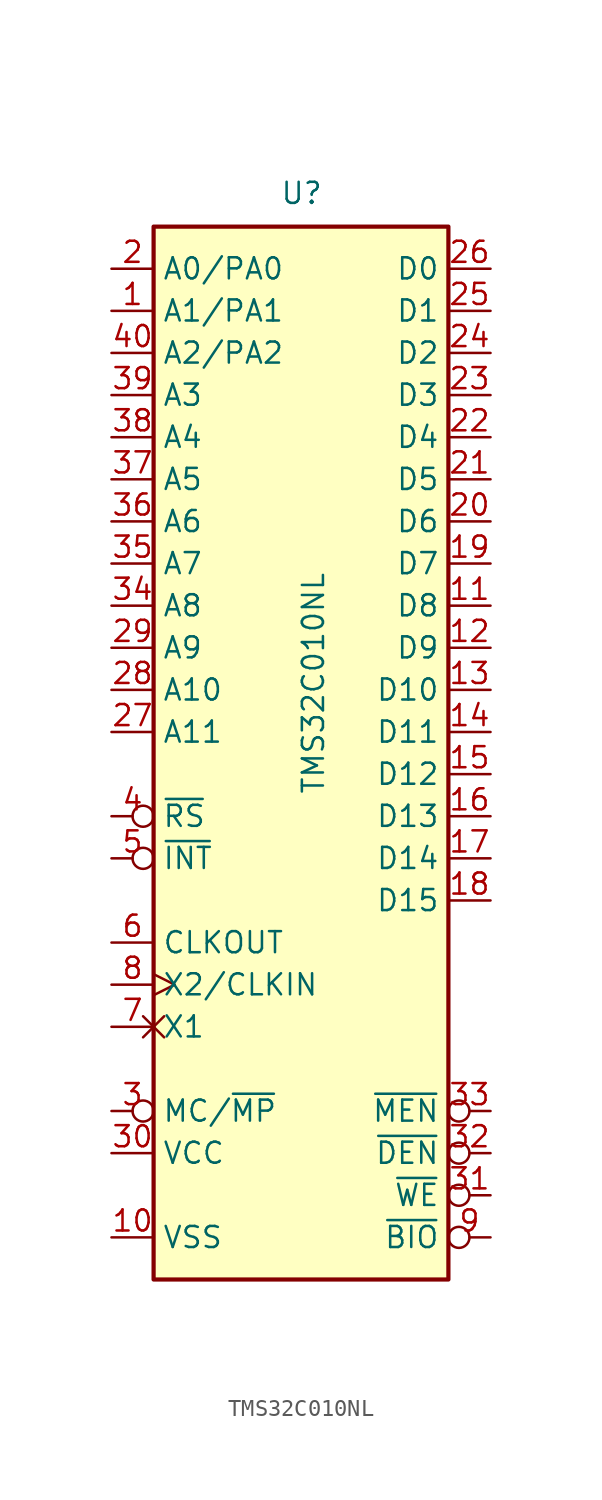
<source format=kicad_sym>
(kicad_symbol_lib
  (version 20220914)
  (generator kicad_symbol_editor)
  (symbol "TMS32C010NL"
    (property "Reference" "U"
      (at -1.27 31.75 0)
      (effects (font (size 1.27 1.27)) (justify left bottom)))
    (property "Value" "TMS32C010NL"
      (at 0 -3.81 90)
      (effects (font (size 1.27 1.27)) (justify left top)))
    (symbol "TMS32C010NL_0_1"
      (rectangle (start -8.89 -33.02) (end 8.89 30.48) (stroke (width 0.254) (type default)) (fill (type background))))
    (symbol "TMS32C010NL_1_0"
      (pin bidirectional line (at 11.43 10.16 180) (length 2.54) (name "D7" (effects (font (size 1.27 1.27)))) (number "19" (effects (font (size 1.27 1.27))))))
    (symbol "TMS32C010NL_1_1"
      (pin output line (at -11.43 25.4 0) (length 2.54) (name "A1/PA1" (effects (font (size 1.27 1.27)))) (number "1" (effects (font (size 1.27 1.27)))))
      (pin power_in line (at -11.43 -30.48 0) (length 2.54) (name "VSS" (effects (font (size 1.27 1.27)))) (number "10" (effects (font (size 1.27 1.27)))))
      (pin bidirectional line (at 11.43 7.62 180) (length 2.54) (name "D8" (effects (font (size 1.27 1.27)))) (number "11" (effects (font (size 1.27 1.27)))))
      (pin bidirectional line (at 11.43 5.08 180) (length 2.54) (name "D9" (effects (font (size 1.27 1.27)))) (number "12" (effects (font (size 1.27 1.27)))))
      (pin bidirectional line (at 11.43 2.54 180) (length 2.54) (name "D10" (effects (font (size 1.27 1.27)))) (number "13" (effects (font (size 1.27 1.27)))))
      (pin bidirectional line (at 11.43 0 180) (length 2.54) (name "D11" (effects (font (size 1.27 1.27)))) (number "14" (effects (font (size 1.27 1.27)))))
      (pin bidirectional line (at 11.43 -2.54 180) (length 2.54) (name "D12" (effects (font (size 1.27 1.27)))) (number "15" (effects (font (size 1.27 1.27)))))
      (pin bidirectional line (at 11.43 -5.08 180) (length 2.54) (name "D13" (effects (font (size 1.27 1.27)))) (number "16" (effects (font (size 1.27 1.27)))))
      (pin bidirectional line (at 11.43 -7.62 180) (length 2.54) (name "D14" (effects (font (size 1.27 1.27)))) (number "17" (effects (font (size 1.27 1.27)))))
      (pin bidirectional line (at 11.43 -10.16 180) (length 2.54) (name "D15" (effects (font (size 1.27 1.27)))) (number "18" (effects (font (size 1.27 1.27)))))
      (pin output line (at -11.43 27.94 0) (length 2.54) (name "A0/PA0" (effects (font (size 1.27 1.27)))) (number "2" (effects (font (size 1.27 1.27)))))
      (pin bidirectional line (at 11.43 12.7 180) (length 2.54) (name "D6" (effects (font (size 1.27 1.27)))) (number "20" (effects (font (size 1.27 1.27)))))
      (pin bidirectional line (at 11.43 15.24 180) (length 2.54) (name "D5" (effects (font (size 1.27 1.27)))) (number "21" (effects (font (size 1.27 1.27)))))
      (pin bidirectional line (at 11.43 17.78 180) (length 2.54) (name "D4" (effects (font (size 1.27 1.27)))) (number "22" (effects (font (size 1.27 1.27)))))
      (pin bidirectional line (at 11.43 20.32 180) (length 2.54) (name "D3" (effects (font (size 1.27 1.27)))) (number "23" (effects (font (size 1.27 1.27)))))
      (pin bidirectional line (at 11.43 22.86 180) (length 2.54) (name "D2" (effects (font (size 1.27 1.27)))) (number "24" (effects (font (size 1.27 1.27)))))
      (pin bidirectional line (at 11.43 25.4 180) (length 2.54) (name "D1" (effects (font (size 1.27 1.27)))) (number "25" (effects (font (size 1.27 1.27)))))
      (pin bidirectional line (at 11.43 27.94 180) (length 2.54) (name "D0" (effects (font (size 1.27 1.27)))) (number "26" (effects (font (size 1.27 1.27)))))
      (pin output line (at -11.43 0 0) (length 2.54) (name "A11" (effects (font (size 1.27 1.27)))) (number "27" (effects (font (size 1.27 1.27)))))
      (pin output line (at -11.43 2.54 0) (length 2.54) (name "A10" (effects (font (size 1.27 1.27)))) (number "28" (effects (font (size 1.27 1.27)))))
      (pin output line (at -11.43 5.08 0) (length 2.54) (name "A9" (effects (font (size 1.27 1.27)))) (number "29" (effects (font (size 1.27 1.27)))))
      (pin input inverted (at -11.43 -22.86 0) (length 2.54) (name "MC/~{MP}" (effects (font (size 1.27 1.27)))) (number "3" (effects (font (size 1.27 1.27)))))
      (pin power_in line (at -11.43 -25.4 0) (length 2.54) (name "VCC" (effects (font (size 1.27 1.27)))) (number "30" (effects (font (size 1.27 1.27)))))
      (pin bidirectional inverted (at 11.43 -27.94 180) (length 2.54) (name "~{WE}" (effects (font (size 1.27 1.27)))) (number "31" (effects (font (size 1.27 1.27)))))
      (pin output inverted (at 11.43 -25.4 180) (length 2.54) (name "~{DEN}" (effects (font (size 1.27 1.27)))) (number "32" (effects (font (size 1.27 1.27)))))
      (pin output inverted (at 11.43 -22.86 180) (length 2.54) (name "~{MEN}" (effects (font (size 1.27 1.27)))) (number "33" (effects (font (size 1.27 1.27)))))
      (pin output line (at -11.43 7.62 0) (length 2.54) (name "A8" (effects (font (size 1.27 1.27)))) (number "34" (effects (font (size 1.27 1.27)))))
      (pin output line (at -11.43 10.16 0) (length 2.54) (name "A7" (effects (font (size 1.27 1.27)))) (number "35" (effects (font (size 1.27 1.27)))))
      (pin output line (at -11.43 12.7 0) (length 2.54) (name "A6" (effects (font (size 1.27 1.27)))) (number "36" (effects (font (size 1.27 1.27)))))
      (pin output line (at -11.43 15.24 0) (length 2.54) (name "A5" (effects (font (size 1.27 1.27)))) (number "37" (effects (font (size 1.27 1.27)))))
      (pin output line (at -11.43 17.78 0) (length 2.54) (name "A4" (effects (font (size 1.27 1.27)))) (number "38" (effects (font (size 1.27 1.27)))))
      (pin output line (at -11.43 20.32 0) (length 2.54) (name "A3" (effects (font (size 1.27 1.27)))) (number "39" (effects (font (size 1.27 1.27)))))
      (pin input inverted (at -11.43 -5.08 0) (length 2.54) (name "~{RS}" (effects (font (size 1.27 1.27)))) (number "4" (effects (font (size 1.27 1.27)))))
      (pin output line (at -11.43 22.86 0) (length 2.54) (name "A2/PA2" (effects (font (size 1.27 1.27)))) (number "40" (effects (font (size 1.27 1.27)))))
      (pin input inverted (at -11.43 -7.62 0) (length 2.54) (name "~{INT}" (effects (font (size 1.27 1.27)))) (number "5" (effects (font (size 1.27 1.27)))))
      (pin output line (at -11.43 -12.7 0) (length 2.54) (name "CLKOUT" (effects (font (size 1.27 1.27)))) (number "6" (effects (font (size 1.27 1.27)))))
      (pin passive non_logic (at -11.43 -17.78 0) (length 2.54) (name "X1" (effects (font (size 1.27 1.27)))) (number "7" (effects (font (size 1.27 1.27)))))
      (pin input clock (at -11.43 -15.24 0) (length 2.54) (name "X2/CLKIN" (effects (font (size 1.27 1.27)))) (number "8" (effects (font (size 1.27 1.27)))))
      (pin input inverted (at 11.43 -30.48 180) (length 2.54) (name "~{BIO}" (effects (font (size 1.27 1.27)))) (number "9" (effects (font (size 1.27 1.27))))))))
</source>
